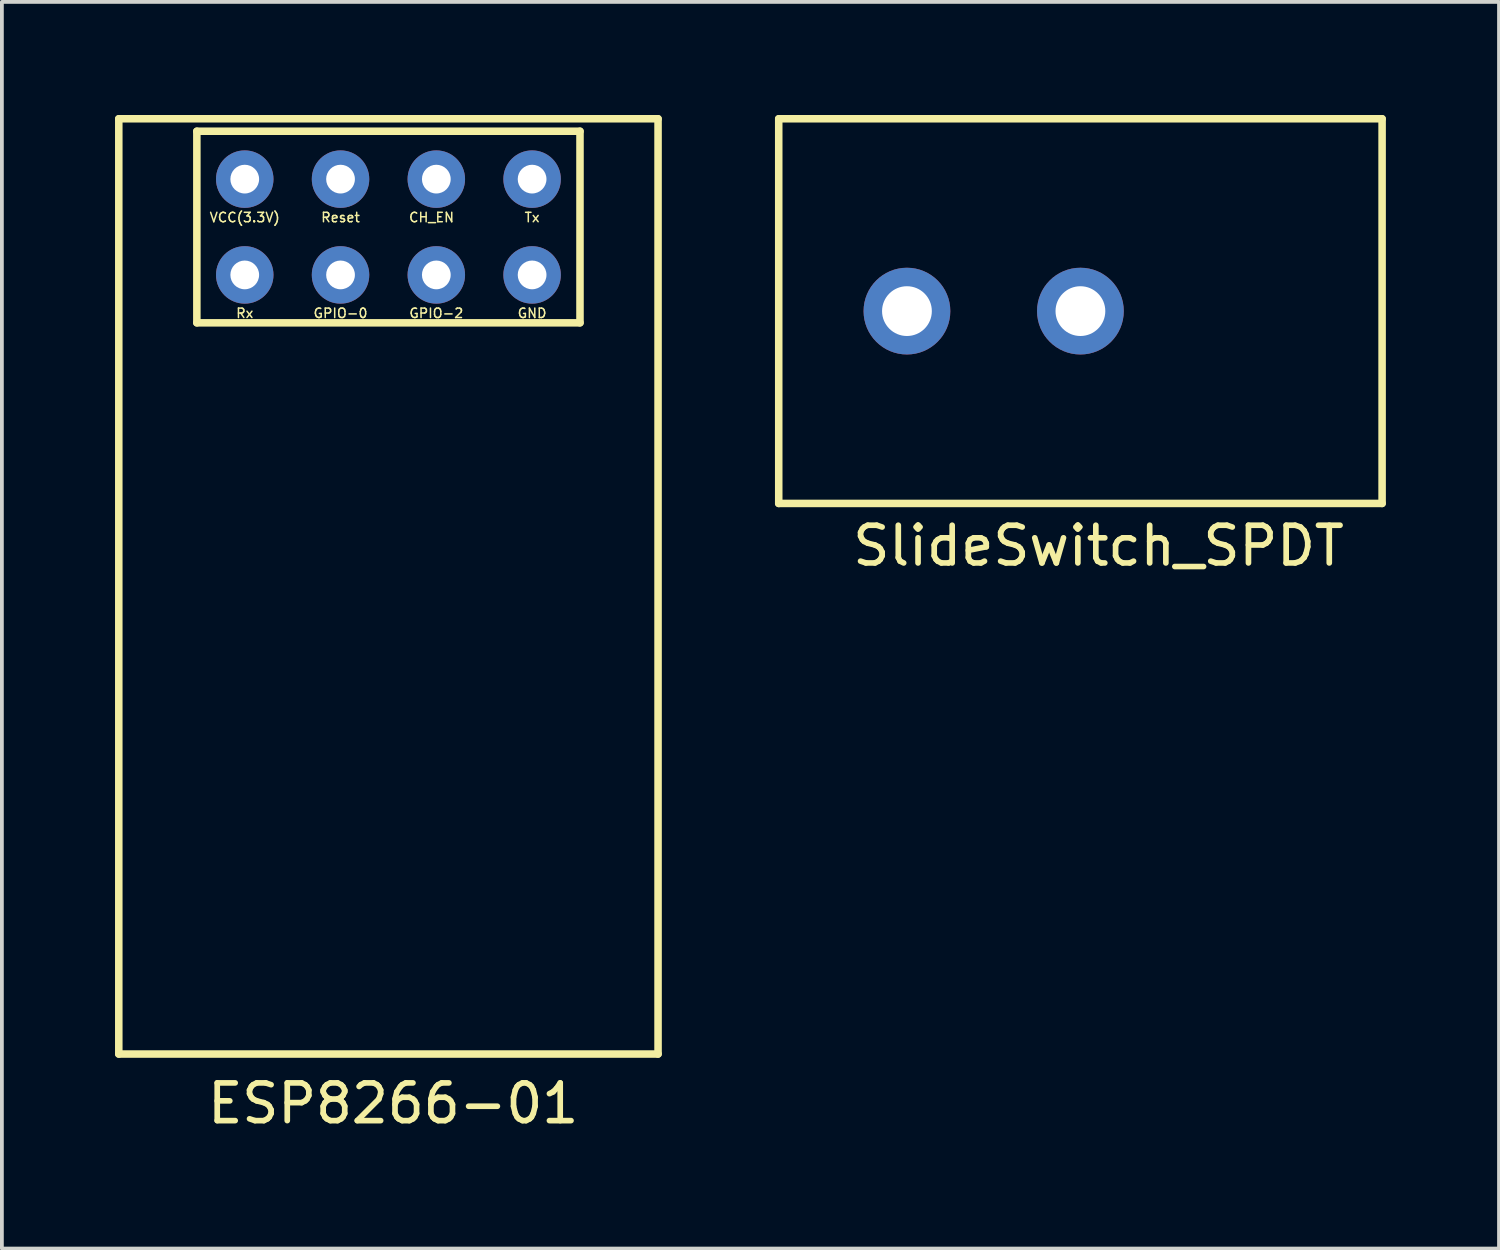
<source format=kicad_pcb>
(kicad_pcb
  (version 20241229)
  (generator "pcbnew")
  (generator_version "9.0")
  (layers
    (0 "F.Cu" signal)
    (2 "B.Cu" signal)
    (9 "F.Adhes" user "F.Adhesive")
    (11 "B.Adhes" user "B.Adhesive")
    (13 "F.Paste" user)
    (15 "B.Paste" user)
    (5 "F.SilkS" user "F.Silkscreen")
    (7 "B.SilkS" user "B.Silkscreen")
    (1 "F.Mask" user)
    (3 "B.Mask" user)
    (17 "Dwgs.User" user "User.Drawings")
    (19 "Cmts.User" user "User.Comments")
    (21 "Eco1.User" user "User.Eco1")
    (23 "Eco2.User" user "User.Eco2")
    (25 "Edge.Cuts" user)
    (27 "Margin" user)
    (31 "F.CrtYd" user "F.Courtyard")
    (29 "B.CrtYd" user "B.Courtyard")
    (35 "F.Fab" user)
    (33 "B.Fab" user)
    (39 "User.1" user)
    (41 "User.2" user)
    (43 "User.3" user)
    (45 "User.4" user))
  (footprint "ESP8266-01"
    (layer "F.Cu")
    (at 3.44 1.7)
    (property "Reference" "ESP8266-01" (at 3.937 24.511 0) (layer "F.SilkS") (effects (font (size 1 1) (thickness 0.15))))
    (attr through_hole)
    (fp_line (start -3.34 -1.6) (end -3.34 23.2) (stroke (width 0.2) (type solid)) (layer "F.SilkS"))
    (fp_line (start -3.34 -1.6) (end 10.96 -1.6) (stroke (width 0.2) (type solid)) (layer "F.SilkS"))
    (fp_line (start -3.34 23.2) (end 10.96 23.2) (stroke (width 0.2) (type solid)) (layer "F.SilkS"))
    (fp_line (start -1.27 -1.27) (end -1.27 3.81) (stroke (width 0.2) (type solid)) (layer "F.SilkS"))
    (fp_line (start -1.27 -1.27) (end 8.89 -1.27) (stroke (width 0.2) (type solid)) (layer "F.SilkS"))
    (fp_line (start -1.27 3.81) (end 8.89 3.81) (stroke (width 0.2) (type solid)) (layer "F.SilkS"))
    (fp_line (start 8.89 3.81) (end 8.89 -1.27) (stroke (width 0.2) (type solid)) (layer "F.SilkS"))
    (fp_line (start 10.96 -1.6) (end 10.96 23.2) (stroke (width 0.2) (type solid)) (layer "F.SilkS"))
    (fp_text user "GPIO-0" (at 2.54 3.556 0) (layer "F.SilkS") (effects (font (size 0.25 0.25) (thickness 0.04))))
    (fp_text user "CH_EN" (at 4.953 1.016 0) (layer "F.SilkS") (effects (font (size 0.25 0.25) (thickness 0.04))))
    (fp_text user "GND" (at 7.62 3.556 0) (layer "F.SilkS") (effects (font (size 0.25 0.25) (thickness 0.04))))
    (fp_text user "GPIO-2" (at 5.08 3.556 0) (layer "F.SilkS") (effects (font (size 0.25 0.25) (thickness 0.04))))
    (fp_text user "Reset" (at 2.54 1.016 0) (layer "F.SilkS") (effects (font (size 0.25 0.25) (thickness 0.04))))
    (fp_text user "Rx" (at 0 3.556 0) (layer "F.SilkS") (effects (font (size 0.25 0.25) (thickness 0.04))))
    (fp_text user "VCC(3.3V)" (at 0 1.016 0) (layer "F.SilkS") (effects (font (size 0.25 0.25) (thickness 0.04))))
    (fp_text user "Tx" (at 7.62 1.016 0) (layer "F.SilkS") (effects (font (size 0.25 0.25) (thickness 0.04))))
    (pad "1" thru_hole circle (at 0 0) (size 1.524 1.524) (drill 0.762) (layers "*.Cu" "*.Mask"))
    (pad "2" thru_hole circle (at 2.54 0) (size 1.524 1.524) (drill 0.762) (layers "*.Cu" "*.Mask"))
    (pad "3" thru_hole circle (at 5.08 0) (size 1.524 1.524) (drill 0.762) (layers "*.Cu" "*.Mask"))
    (pad "4" thru_hole circle (at 7.62 0) (size 1.524 1.524) (drill 0.762) (layers "*.Cu" "*.Mask"))
    (pad "5" thru_hole circle (at 0 2.54) (size 1.524 1.524) (drill 0.762) (layers "*.Cu" "*.Mask"))
    (pad "6" thru_hole circle (at 2.54 2.54) (size 1.524 1.524) (drill 0.762) (layers "*.Cu" "*.Mask"))
    (pad "7" thru_hole circle (at 5.08 2.54) (size 1.524 1.524) (drill 0.762) (layers "*.Cu" "*.Mask"))
    (pad "8" thru_hole circle (at 7.62 2.54) (size 1.524 1.524) (drill 0.762) (layers "*.Cu" "*.Mask")))
  (footprint "SlideSwitch_SPDT"
    (layer "F.Cu")
    (at 21 5.2)
    (property "Reference" "SlideSwitch_SPDT" (at 5.08 6.223 0) (layer "F.SilkS") (effects (font (size 1 1) (thickness 0.15))))
    (attr through_hole)
    (fp_line (start -3.4 -5.1) (end -3.4 5.1) (stroke (width 0.2) (type solid)) (layer "F.SilkS"))
    (fp_line (start -3.4 -5.1) (end 12.6 -5.1) (stroke (width 0.2) (type solid)) (layer "F.SilkS"))
    (fp_line (start -3.4 5.1) (end 12.6 5.1) (stroke (width 0.2) (type solid)) (layer "F.SilkS"))
    (fp_line (start 12.6 -5.1) (end 12.6 5.1) (stroke (width 0.2) (type solid)) (layer "F.SilkS"))
    (pad "1" thru_hole circle (at 0 0) (size 2.3 2.3) (drill 1.32) (layers "*.Cu" "*.Mask"))
    (pad "2" thru_hole circle (at 4.6 0) (size 2.3 2.3) (drill 1.32) (layers "*.Cu" "*.Mask")))
  (gr_rect
    (start -3 -3)
    (end 36.7 30.059)
    (stroke (width 0.1) (type default))
    (fill no)
    (layer "Edge.Cuts")))
</source>
